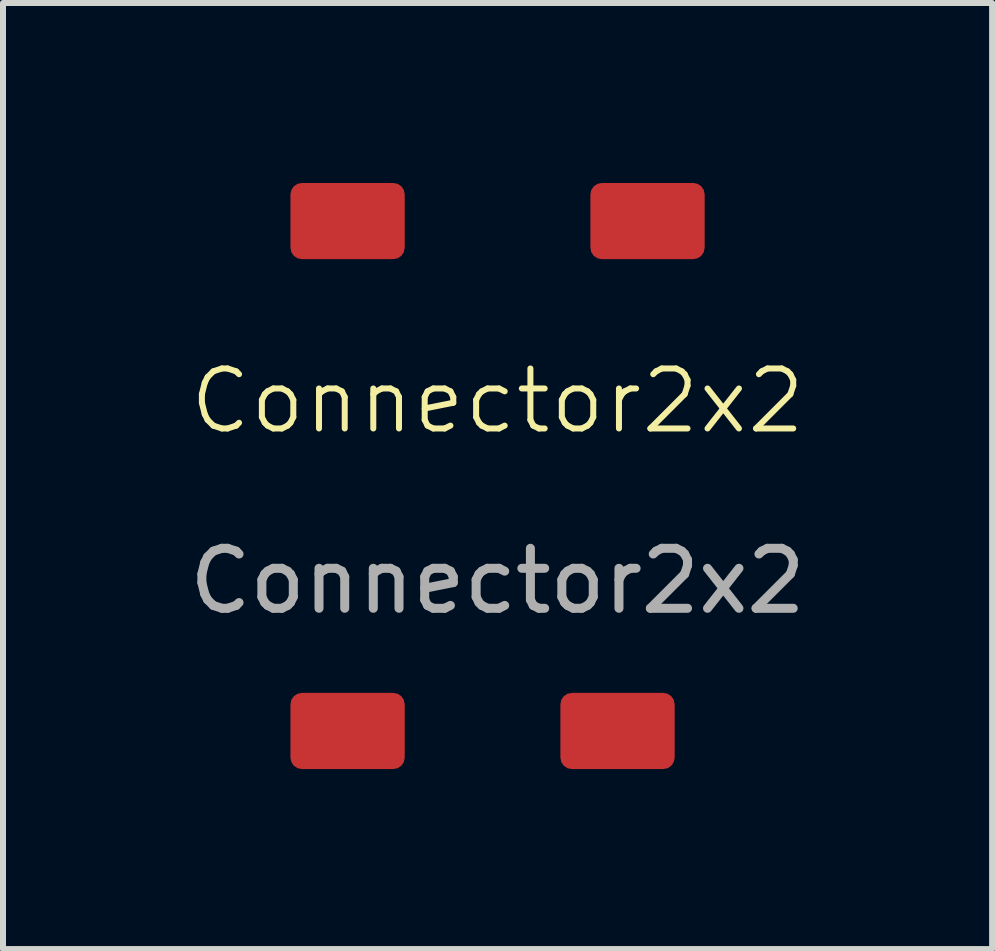
<source format=kicad_pcb>
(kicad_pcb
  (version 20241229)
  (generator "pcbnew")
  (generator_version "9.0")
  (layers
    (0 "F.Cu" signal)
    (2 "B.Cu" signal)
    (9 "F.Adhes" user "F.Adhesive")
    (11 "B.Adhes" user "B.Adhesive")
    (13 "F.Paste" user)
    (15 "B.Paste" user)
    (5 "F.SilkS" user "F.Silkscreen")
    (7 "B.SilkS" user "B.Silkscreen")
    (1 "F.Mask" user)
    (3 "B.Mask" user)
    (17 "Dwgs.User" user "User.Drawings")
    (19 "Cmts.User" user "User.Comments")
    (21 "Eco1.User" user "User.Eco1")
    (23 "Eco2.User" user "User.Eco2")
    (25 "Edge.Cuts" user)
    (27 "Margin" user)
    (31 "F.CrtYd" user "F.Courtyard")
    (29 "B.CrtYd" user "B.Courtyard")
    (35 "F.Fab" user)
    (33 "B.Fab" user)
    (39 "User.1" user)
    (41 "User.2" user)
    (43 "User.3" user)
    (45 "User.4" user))
  (footprint "Connector2x2"
    (layer "F.Cu")
    (at 5.244 4.135)
    (property "Reference" "Connector2x2" (at 0 -0.5 0) (unlocked yes) (layer "F.SilkS") (effects (font (size 1 1) (thickness 0.1))))
    (attr smd)
    (fp_text user "${REFERENCE}" (at 0 2.5 0) (unlocked yes) (layer "F.Fab") (effects (font (size 1 1) (thickness 0.15))))
    (pad "1" smd roundrect (at -2.5 5) (size 1.905 1.27) (layers "F.Cu" "F.Mask" "F.Paste") (roundrect_rratio 0.15))
    (pad "2" smd roundrect (at 2 5) (size 1.905 1.27) (layers "F.Cu" "F.Mask" "F.Paste") (roundrect_rratio 0.15))
    (pad "3" smd roundrect (at -2.5 -3.5) (size 1.905 1.27) (layers "F.Cu" "F.Mask" "F.Paste") (roundrect_rratio 0.15))
    (pad "4" smd roundrect (at 2.5 -3.5) (size 1.905 1.27) (layers "F.Cu" "F.Mask" "F.Paste") (roundrect_rratio 0.15)))
  (gr_rect
    (start -3 -3)
    (end 13.488 12.77)
    (stroke (width 0.1) (type default))
    (fill no)
    (layer "Edge.Cuts")))
</source>
